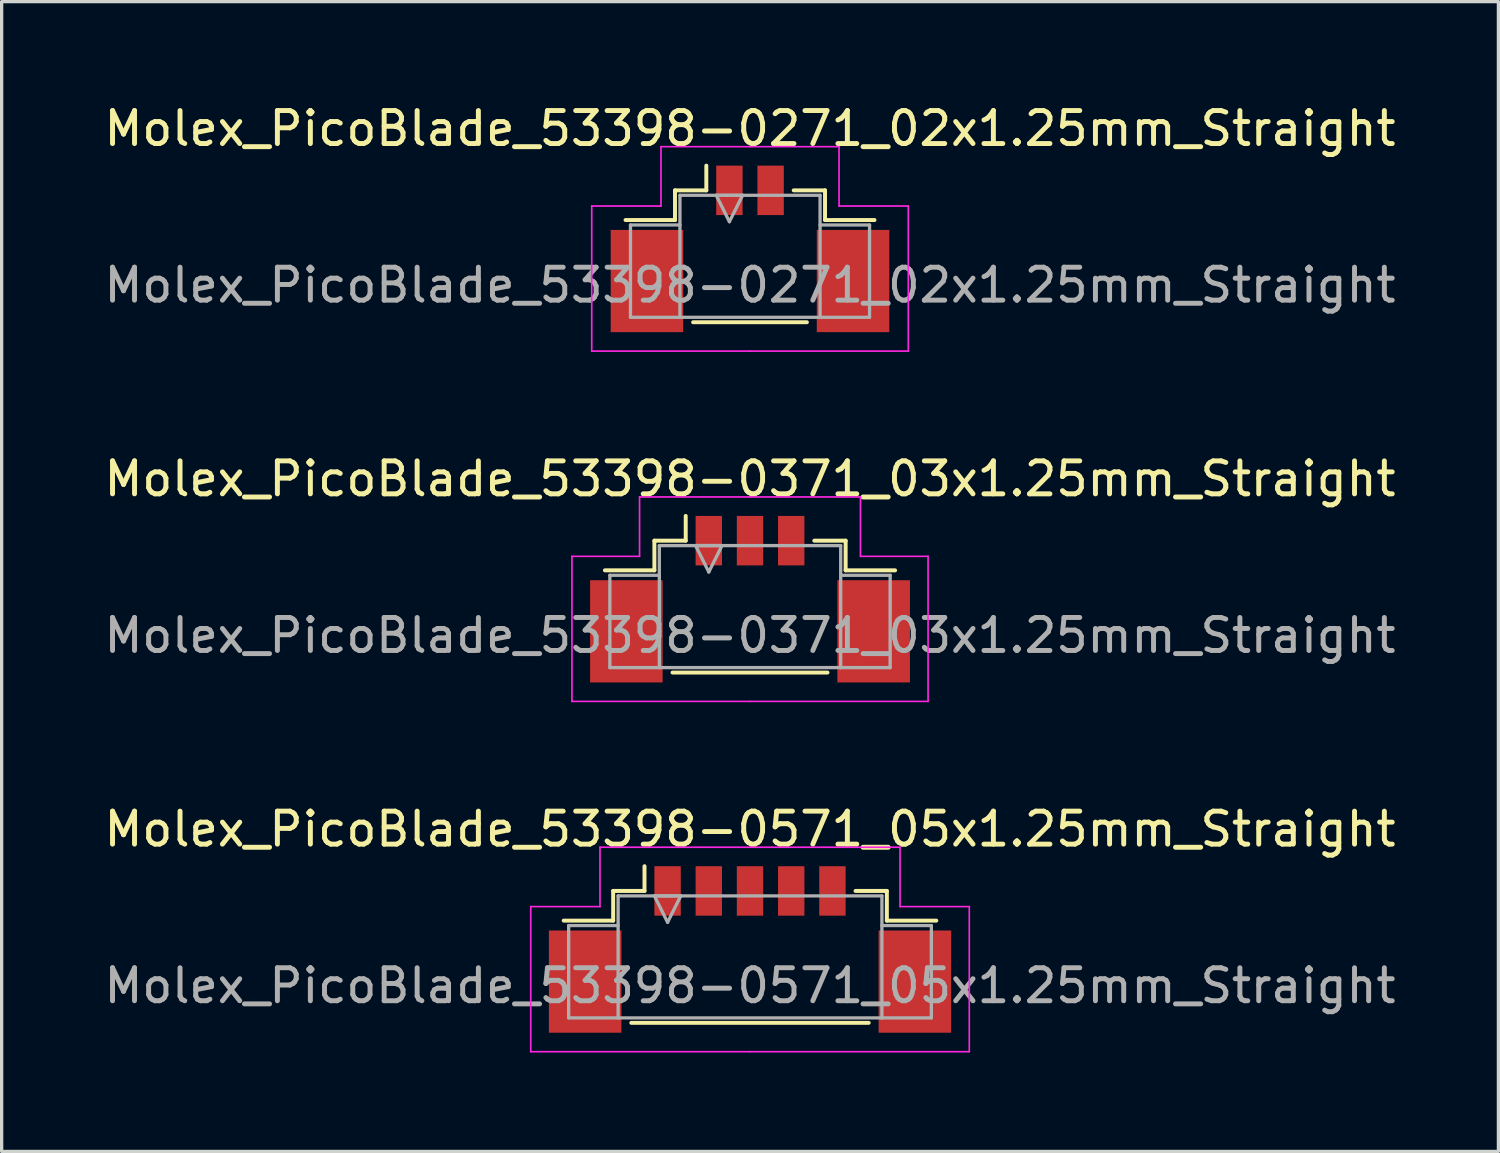
<source format=kicad_pcb>
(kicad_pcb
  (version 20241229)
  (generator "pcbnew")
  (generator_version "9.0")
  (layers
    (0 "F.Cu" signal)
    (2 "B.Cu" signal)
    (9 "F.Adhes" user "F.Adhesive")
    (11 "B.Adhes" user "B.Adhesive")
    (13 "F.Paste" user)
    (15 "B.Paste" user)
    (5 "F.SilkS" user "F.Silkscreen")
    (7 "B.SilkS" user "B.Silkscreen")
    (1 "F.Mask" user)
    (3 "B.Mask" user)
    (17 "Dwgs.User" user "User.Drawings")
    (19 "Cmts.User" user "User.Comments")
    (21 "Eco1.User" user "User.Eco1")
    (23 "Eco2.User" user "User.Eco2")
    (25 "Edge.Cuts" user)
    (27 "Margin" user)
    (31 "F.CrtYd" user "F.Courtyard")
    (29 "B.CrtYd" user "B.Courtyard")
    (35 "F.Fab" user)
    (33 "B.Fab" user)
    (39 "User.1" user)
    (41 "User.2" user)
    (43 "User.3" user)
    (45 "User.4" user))
  (footprint "Molex_PicoBlade_53398-0371_03x1.25mm_Straight"
    (layer "F.Cu")
    (at 19.696 14.722)
    (property "Reference" "Molex_PicoBlade_53398-0371_03x1.25mm_Straight" (at 0 -3.25 0) (layer "F.SilkS") (effects (font (size 1 1) (thickness 0.15))))
    (attr smd)
    (fp_line (start -2.9 -1.375) (end -2.9 -0.475) (stroke (width 0.12) (type solid)) (layer "F.SilkS"))
    (fp_line (start -2.9 -0.475) (end -4.4 -0.475) (stroke (width 0.12) (type solid)) (layer "F.SilkS"))
    (fp_line (start -2.35 2.625) (end 2.35 2.625) (stroke (width 0.12) (type solid)) (layer "F.SilkS"))
    (fp_line (start -1.95 -1.375) (end -2.9 -1.375) (stroke (width 0.12) (type solid)) (layer "F.SilkS"))
    (fp_line (start -1.95 -1.375) (end -1.95 -2.125) (stroke (width 0.12) (type solid)) (layer "F.SilkS"))
    (fp_line (start 1.95 -1.375) (end 2.9 -1.375) (stroke (width 0.12) (type solid)) (layer "F.SilkS"))
    (fp_line (start 2.9 -1.375) (end 2.9 -0.475) (stroke (width 0.12) (type solid)) (layer "F.SilkS"))
    (fp_line (start 2.9 -0.475) (end 4.4 -0.475) (stroke (width 0.12) (type solid)) (layer "F.SilkS"))
    (fp_line (start -5.4 -0.9) (end -5.4 3.5) (stroke (width 0.05) (type solid)) (layer "F.CrtYd"))
    (fp_line (start -5.4 3.5) (end 0 3.5) (stroke (width 0.05) (type solid)) (layer "F.CrtYd"))
    (fp_line (start -3.35 -2.7) (end -3.35 -0.9) (stroke (width 0.05) (type solid)) (layer "F.CrtYd"))
    (fp_line (start -3.35 -0.9) (end -5.4 -0.9) (stroke (width 0.05) (type solid)) (layer "F.CrtYd"))
    (fp_line (start 0 -2.7) (end -3.35 -2.7) (stroke (width 0.05) (type solid)) (layer "F.CrtYd"))
    (fp_line (start 0 -2.7) (end 3.35 -2.7) (stroke (width 0.05) (type solid)) (layer "F.CrtYd"))
    (fp_line (start 3.35 -2.7) (end 3.35 -0.9) (stroke (width 0.05) (type solid)) (layer "F.CrtYd"))
    (fp_line (start 3.35 -0.9) (end 5.4 -0.9) (stroke (width 0.05) (type solid)) (layer "F.CrtYd"))
    (fp_line (start 5.4 -0.9) (end 5.4 3.5) (stroke (width 0.05) (type solid)) (layer "F.CrtYd"))
    (fp_line (start 5.4 3.5) (end 0 3.5) (stroke (width 0.05) (type solid)) (layer "F.CrtYd"))
    (fp_line (start -4.25 -0.325) (end -2.75 -0.325) (stroke (width 0.1) (type solid)) (layer "F.Fab"))
    (fp_line (start -4.25 2.475) (end -4.25 -0.325) (stroke (width 0.1) (type solid)) (layer "F.Fab"))
    (fp_line (start -2.75 -1.225) (end -2.75 2.475) (stroke (width 0.1) (type solid)) (layer "F.Fab"))
    (fp_line (start -2.75 2.475) (end -4.25 2.475) (stroke (width 0.1) (type solid)) (layer "F.Fab"))
    (fp_line (start -2.75 2.475) (end 2.75 2.475) (stroke (width 0.1) (type solid)) (layer "F.Fab"))
    (fp_line (start -1.65 -1.225) (end -1.25 -0.425) (stroke (width 0.1) (type solid)) (layer "F.Fab"))
    (fp_line (start -1.25 -0.425) (end -0.85 -1.225) (stroke (width 0.1) (type solid)) (layer "F.Fab"))
    (fp_line (start -0.85 -1.225) (end -1.65 -1.225) (stroke (width 0.1) (type solid)) (layer "F.Fab"))
    (fp_line (start 2.75 -1.225) (end -2.75 -1.225) (stroke (width 0.1) (type solid)) (layer "F.Fab"))
    (fp_line (start 2.75 2.475) (end 2.75 -1.225) (stroke (width 0.1) (type solid)) (layer "F.Fab"))
    (fp_line (start 2.75 2.475) (end 4.25 2.475) (stroke (width 0.1) (type solid)) (layer "F.Fab"))
    (fp_line (start 4.25 -0.325) (end 2.75 -0.325) (stroke (width 0.1) (type solid)) (layer "F.Fab"))
    (fp_line (start 4.25 2.475) (end 4.25 -0.325) (stroke (width 0.1) (type solid)) (layer "F.Fab"))
    (fp_text user "${REFERENCE}" (at 0 1.5 0) (layer "F.Fab") (effects (font (size 1 1) (thickness 0.15))))
    (pad "" smd rect (at -3.75 1.375) (size 2.2 3.1) (layers "F.Cu" "F.Mask" "F.Paste"))
    (pad "" smd rect (at 3.75 1.375) (size 2.2 3.1) (layers "F.Cu" "F.Mask" "F.Paste"))
    (pad "1" smd rect (at -1.25 -1.375) (size 0.8 1.5) (layers "F.Cu" "F.Mask" "F.Paste"))
    (pad "2" smd rect (at 0 -1.375) (size 0.8 1.5) (layers "F.Cu" "F.Mask" "F.Paste"))
    (pad "3" smd rect (at 1.25 -1.375) (size 0.8 1.5) (layers "F.Cu" "F.Mask" "F.Paste")))
  (footprint "Molex_PicoBlade_53398-0571_05x1.25mm_Straight"
    (layer "F.Cu")
    (at 19.696 25.345)
    (property "Reference" "Molex_PicoBlade_53398-0571_05x1.25mm_Straight" (at 0 -3.25 0) (layer "F.SilkS") (effects (font (size 1 1) (thickness 0.15))))
    (attr smd)
    (fp_line (start -4.15 -1.375) (end -4.15 -0.475) (stroke (width 0.12) (type solid)) (layer "F.SilkS"))
    (fp_line (start -4.15 -0.475) (end -5.65 -0.475) (stroke (width 0.12) (type solid)) (layer "F.SilkS"))
    (fp_line (start -3.6 2.625) (end 3.6 2.625) (stroke (width 0.12) (type solid)) (layer "F.SilkS"))
    (fp_line (start -3.2 -1.375) (end -4.15 -1.375) (stroke (width 0.12) (type solid)) (layer "F.SilkS"))
    (fp_line (start -3.2 -1.375) (end -3.2 -2.125) (stroke (width 0.12) (type solid)) (layer "F.SilkS"))
    (fp_line (start 3.2 -1.375) (end 4.15 -1.375) (stroke (width 0.12) (type solid)) (layer "F.SilkS"))
    (fp_line (start 4.15 -1.375) (end 4.15 -0.475) (stroke (width 0.12) (type solid)) (layer "F.SilkS"))
    (fp_line (start 4.15 -0.475) (end 5.65 -0.475) (stroke (width 0.12) (type solid)) (layer "F.SilkS"))
    (fp_line (start -6.65 -0.9) (end -6.65 3.5) (stroke (width 0.05) (type solid)) (layer "F.CrtYd"))
    (fp_line (start -6.65 3.5) (end 0 3.5) (stroke (width 0.05) (type solid)) (layer "F.CrtYd"))
    (fp_line (start -4.55 -2.7) (end -4.55 -0.9) (stroke (width 0.05) (type solid)) (layer "F.CrtYd"))
    (fp_line (start -4.55 -0.9) (end -6.65 -0.9) (stroke (width 0.05) (type solid)) (layer "F.CrtYd"))
    (fp_line (start 0 -2.7) (end -4.55 -2.7) (stroke (width 0.05) (type solid)) (layer "F.CrtYd"))
    (fp_line (start 0 -2.7) (end 4.55 -2.7) (stroke (width 0.05) (type solid)) (layer "F.CrtYd"))
    (fp_line (start 4.55 -2.7) (end 4.55 -0.9) (stroke (width 0.05) (type solid)) (layer "F.CrtYd"))
    (fp_line (start 4.55 -0.9) (end 6.65 -0.9) (stroke (width 0.05) (type solid)) (layer "F.CrtYd"))
    (fp_line (start 6.65 -0.9) (end 6.65 3.5) (stroke (width 0.05) (type solid)) (layer "F.CrtYd"))
    (fp_line (start 6.65 3.5) (end 0 3.5) (stroke (width 0.05) (type solid)) (layer "F.CrtYd"))
    (fp_line (start -5.5 -0.325) (end -4 -0.325) (stroke (width 0.1) (type solid)) (layer "F.Fab"))
    (fp_line (start -5.5 2.475) (end -5.5 -0.325) (stroke (width 0.1) (type solid)) (layer "F.Fab"))
    (fp_line (start -4 -1.225) (end -4 2.475) (stroke (width 0.1) (type solid)) (layer "F.Fab"))
    (fp_line (start -4 2.475) (end -5.5 2.475) (stroke (width 0.1) (type solid)) (layer "F.Fab"))
    (fp_line (start -4 2.475) (end 4 2.475) (stroke (width 0.1) (type solid)) (layer "F.Fab"))
    (fp_line (start -2.9 -1.225) (end -2.5 -0.425) (stroke (width 0.1) (type solid)) (layer "F.Fab"))
    (fp_line (start -2.5 -0.425) (end -2.1 -1.225) (stroke (width 0.1) (type solid)) (layer "F.Fab"))
    (fp_line (start -2.1 -1.225) (end -2.9 -1.225) (stroke (width 0.1) (type solid)) (layer "F.Fab"))
    (fp_line (start 4 -1.225) (end -4 -1.225) (stroke (width 0.1) (type solid)) (layer "F.Fab"))
    (fp_line (start 4 2.475) (end 4 -1.225) (stroke (width 0.1) (type solid)) (layer "F.Fab"))
    (fp_line (start 4 2.475) (end 5.5 2.475) (stroke (width 0.1) (type solid)) (layer "F.Fab"))
    (fp_line (start 5.5 -0.325) (end 4 -0.325) (stroke (width 0.1) (type solid)) (layer "F.Fab"))
    (fp_line (start 5.5 2.475) (end 5.5 -0.325) (stroke (width 0.1) (type solid)) (layer "F.Fab"))
    (fp_text user "${REFERENCE}" (at 0 1.5 0) (layer "F.Fab") (effects (font (size 1 1) (thickness 0.15))))
    (pad "" smd rect (at -5 1.375) (size 2.2 3.1) (layers "F.Cu" "F.Mask" "F.Paste"))
    (pad "" smd rect (at 5 1.375) (size 2.2 3.1) (layers "F.Cu" "F.Mask" "F.Paste"))
    (pad "1" smd rect (at -2.5 -1.375) (size 0.8 1.5) (layers "F.Cu" "F.Mask" "F.Paste"))
    (pad "2" smd rect (at -1.25 -1.375) (size 0.8 1.5) (layers "F.Cu" "F.Mask" "F.Paste"))
    (pad "3" smd rect (at 0 -1.375) (size 0.8 1.5) (layers "F.Cu" "F.Mask" "F.Paste"))
    (pad "4" smd rect (at 1.25 -1.375) (size 0.8 1.5) (layers "F.Cu" "F.Mask" "F.Paste"))
    (pad "5" smd rect (at 2.5 -1.375) (size 0.8 1.5) (layers "F.Cu" "F.Mask" "F.Paste")))
  (footprint "Molex_PicoBlade_53398-0271_02x1.25mm_Straight"
    (layer "F.Cu")
    (at 19.696 4.098)
    (property "Reference" "Molex_PicoBlade_53398-0271_02x1.25mm_Straight" (at 0 -3.25 0) (layer "F.SilkS") (effects (font (size 1 1) (thickness 0.15))))
    (attr smd)
    (fp_line (start -2.275 -1.375) (end -2.275 -0.475) (stroke (width 0.12) (type solid)) (layer "F.SilkS"))
    (fp_line (start -2.275 -0.475) (end -3.775 -0.475) (stroke (width 0.12) (type solid)) (layer "F.SilkS"))
    (fp_line (start -1.725 2.625) (end 1.725 2.625) (stroke (width 0.12) (type solid)) (layer "F.SilkS"))
    (fp_line (start -1.325 -1.375) (end -2.275 -1.375) (stroke (width 0.12) (type solid)) (layer "F.SilkS"))
    (fp_line (start -1.325 -1.375) (end -1.325 -2.125) (stroke (width 0.12) (type solid)) (layer "F.SilkS"))
    (fp_line (start 1.325 -1.375) (end 2.275 -1.375) (stroke (width 0.12) (type solid)) (layer "F.SilkS"))
    (fp_line (start 2.275 -1.375) (end 2.275 -0.475) (stroke (width 0.12) (type solid)) (layer "F.SilkS"))
    (fp_line (start 2.275 -0.475) (end 3.775 -0.475) (stroke (width 0.12) (type solid)) (layer "F.SilkS"))
    (fp_line (start -4.8 -0.9) (end -4.8 3.5) (stroke (width 0.05) (type solid)) (layer "F.CrtYd"))
    (fp_line (start -4.8 3.5) (end 0 3.5) (stroke (width 0.05) (type solid)) (layer "F.CrtYd"))
    (fp_line (start -2.7 -2.7) (end -2.7 -0.9) (stroke (width 0.05) (type solid)) (layer "F.CrtYd"))
    (fp_line (start -2.7 -0.9) (end -4.8 -0.9) (stroke (width 0.05) (type solid)) (layer "F.CrtYd"))
    (fp_line (start 0 -2.7) (end -2.7 -2.7) (stroke (width 0.05) (type solid)) (layer "F.CrtYd"))
    (fp_line (start 0 -2.7) (end 2.7 -2.7) (stroke (width 0.05) (type solid)) (layer "F.CrtYd"))
    (fp_line (start 2.7 -2.7) (end 2.7 -0.9) (stroke (width 0.05) (type solid)) (layer "F.CrtYd"))
    (fp_line (start 2.7 -0.9) (end 4.8 -0.9) (stroke (width 0.05) (type solid)) (layer "F.CrtYd"))
    (fp_line (start 4.8 -0.9) (end 4.8 3.5) (stroke (width 0.05) (type solid)) (layer "F.CrtYd"))
    (fp_line (start 4.8 3.5) (end 0 3.5) (stroke (width 0.05) (type solid)) (layer "F.CrtYd"))
    (fp_line (start -3.625 -0.325) (end -2.125 -0.325) (stroke (width 0.1) (type solid)) (layer "F.Fab"))
    (fp_line (start -3.625 2.475) (end -3.625 -0.325) (stroke (width 0.1) (type solid)) (layer "F.Fab"))
    (fp_line (start -2.125 -1.225) (end -2.125 2.475) (stroke (width 0.1) (type solid)) (layer "F.Fab"))
    (fp_line (start -2.125 2.475) (end -3.625 2.475) (stroke (width 0.1) (type solid)) (layer "F.Fab"))
    (fp_line (start -2.125 2.475) (end 2.125 2.475) (stroke (width 0.1) (type solid)) (layer "F.Fab"))
    (fp_line (start -1.025 -1.225) (end -0.625 -0.425) (stroke (width 0.1) (type solid)) (layer "F.Fab"))
    (fp_line (start -0.625 -0.425) (end -0.225 -1.225) (stroke (width 0.1) (type solid)) (layer "F.Fab"))
    (fp_line (start -0.225 -1.225) (end -1.025 -1.225) (stroke (width 0.1) (type solid)) (layer "F.Fab"))
    (fp_line (start 2.125 -1.225) (end -2.125 -1.225) (stroke (width 0.1) (type solid)) (layer "F.Fab"))
    (fp_line (start 2.125 2.475) (end 2.125 -1.225) (stroke (width 0.1) (type solid)) (layer "F.Fab"))
    (fp_line (start 2.125 2.475) (end 3.625 2.475) (stroke (width 0.1) (type solid)) (layer "F.Fab"))
    (fp_line (start 3.625 -0.325) (end 2.125 -0.325) (stroke (width 0.1) (type solid)) (layer "F.Fab"))
    (fp_line (start 3.625 2.475) (end 3.625 -0.325) (stroke (width 0.1) (type solid)) (layer "F.Fab"))
    (fp_text user "${REFERENCE}" (at 0 1.5 0) (layer "F.Fab") (effects (font (size 1 1) (thickness 0.15))))
    (pad "" smd rect (at -3.125 1.375) (size 2.2 3.1) (layers "F.Cu" "F.Mask" "F.Paste"))
    (pad "" smd rect (at 3.125 1.375) (size 2.2 3.1) (layers "F.Cu" "F.Mask" "F.Paste"))
    (pad "1" smd rect (at -0.625 -1.375) (size 0.8 1.5) (layers "F.Cu" "F.Mask" "F.Paste"))
    (pad "2" smd rect (at 0.625 -1.375) (size 0.8 1.5) (layers "F.Cu" "F.Mask" "F.Paste")))
  (gr_rect
    (start -3 -3)
    (end 42.393 31.87)
    (stroke (width 0.1) (type default))
    (fill no)
    (layer "Edge.Cuts")))
</source>
